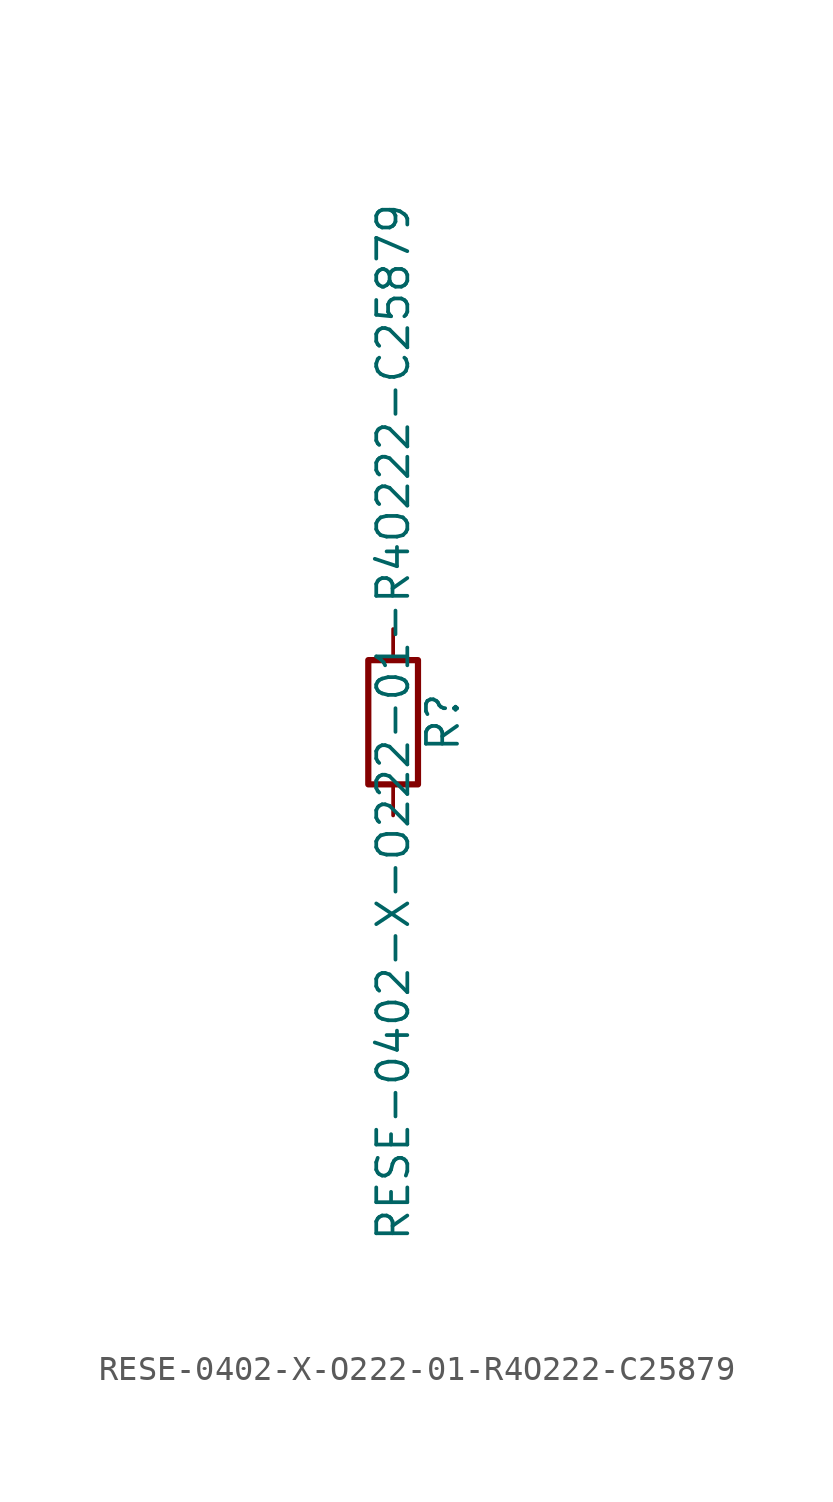
<source format=kicad_sym>
(kicad_symbol_lib
  (version 20211014)
  (generator kicad_symbol_editor)
  (symbol "RESE-0402-X-O222-01-R4O222-C25879"
    (pin_numbers hide)
    (pin_names
      (offset 0))
    (property "Reference" "R"
      (at 2.032 0 90)
      (effects (font (size 1.27 1.27))))
    (property "Value" "RESE-0402-X-O222-01-R4O222-C25879"
      (at 0 0 90)
      (effects (font (size 1.27 1.27))))
    (symbol "RESE-0402-X-O222-01-R4O222-C25879_0_1"
      (rectangle (start -1.016 -2.54) (end 1.016 2.54) (stroke (width 0.254) (type default) (color 0 0 0 0)) (fill (type none))))
    (symbol "RESE-0402-X-O222-01-R4O222-C25879_1_1"
      (pin passive line (at 0 3.81 270) (length 1.27) (name "~" (effects (font (size 1.27 1.27)))) (number "1" (effects (font (size 1.27 1.27)))))
      (pin passive line (at 0 -3.81 90) (length 1.27) (name "~" (effects (font (size 1.27 1.27)))) (number "2" (effects (font (size 1.27 1.27))))))))
</source>
